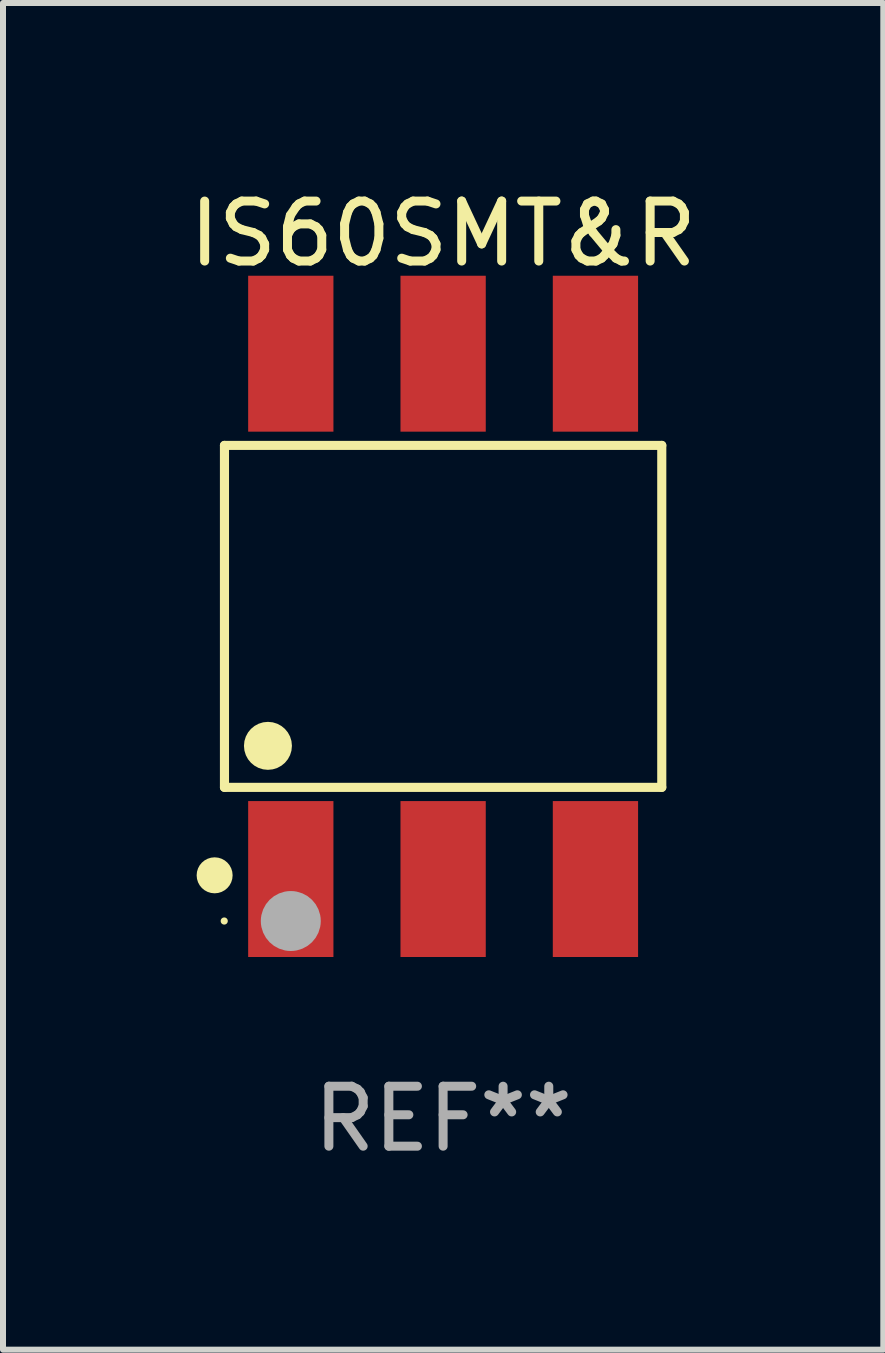
<source format=kicad_pcb>
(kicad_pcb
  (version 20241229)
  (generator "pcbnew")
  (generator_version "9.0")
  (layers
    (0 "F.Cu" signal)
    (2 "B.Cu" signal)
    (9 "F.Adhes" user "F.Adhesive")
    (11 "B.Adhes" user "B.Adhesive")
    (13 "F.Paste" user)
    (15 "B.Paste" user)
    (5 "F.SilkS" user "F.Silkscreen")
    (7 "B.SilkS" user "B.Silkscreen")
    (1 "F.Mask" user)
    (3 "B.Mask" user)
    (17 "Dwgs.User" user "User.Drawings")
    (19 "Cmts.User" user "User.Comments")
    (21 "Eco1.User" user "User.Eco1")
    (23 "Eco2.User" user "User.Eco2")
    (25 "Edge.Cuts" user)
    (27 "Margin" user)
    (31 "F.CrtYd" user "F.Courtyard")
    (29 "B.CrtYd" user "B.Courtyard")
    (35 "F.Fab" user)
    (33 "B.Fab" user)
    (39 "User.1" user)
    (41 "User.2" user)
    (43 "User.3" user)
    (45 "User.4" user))
  (footprint "IS60SMT&R"
    (layer "F.Cu")
    (at 4.339 7.228)
    (property "Reference" "IS60SMT&R" (at 0 -6.38 0) (layer "F.SilkS") (effects (font (size 1 1) (thickness 0.15))))
    (attr through_hole)
    (fp_line (start -3.646 -2.851) (end 3.646 -2.851) (stroke (width 0.152) (type solid)) (layer "F.SilkS"))
    (fp_line (start -3.646 2.851) (end -3.646 -2.851) (stroke (width 0.152) (type solid)) (layer "F.SilkS"))
    (fp_line (start 3.646 -2.851) (end 3.646 2.851) (stroke (width 0.152) (type solid)) (layer "F.SilkS"))
    (fp_line (start 3.646 2.851) (end -3.646 2.851) (stroke (width 0.152) (type solid)) (layer "F.SilkS"))
    (fp_circle (center -3.81 4.318) (end -3.66 4.318) (stroke (width 0.3) (type solid)) (fill no) (layer "F.SilkS"))
    (fp_circle (center -3.65 5.08) (end -3.62 5.08) (stroke (width 0.06) (type solid)) (fill no) (layer "F.SilkS"))
    (fp_circle (center -2.921 2.159) (end -2.721 2.159) (stroke (width 0.4) (type solid)) (fill no) (layer "F.SilkS"))
    (fp_circle (center -2.54 5.08) (end -2.29 5.08) (stroke (width 0.5) (type solid)) (fill no) (layer "F.Fab"))
    (fp_text user "REF**" (at 0 8.38 0) (layer "F.Fab") (effects (font (size 1 1) (thickness 0.15))))
    (pad "1" smd rect (at -2.54 4.38) (size 1.422 2.6) (layers "F.Cu" "F.Mask" "F.Paste"))
    (pad "2" smd rect (at 0 4.38) (size 1.422 2.6) (layers "F.Cu" "F.Mask" "F.Paste"))
    (pad "3" smd rect (at 2.54 4.38) (size 1.422 2.6) (layers "F.Cu" "F.Mask" "F.Paste"))
    (pad "4" smd rect (at 2.54 -4.38) (size 1.422 2.6) (layers "F.Cu" "F.Mask" "F.Paste"))
    (pad "5" smd rect (at 0 -4.38) (size 1.422 2.6) (layers "F.Cu" "F.Mask" "F.Paste"))
    (pad "6" smd rect (at -2.54 -4.38) (size 1.422 2.6) (layers "F.Cu" "F.Mask" "F.Paste")))
  (gr_rect
    (start -3 -3)
    (end 11.679 19.456)
    (stroke (width 0.1) (type default))
    (fill no)
    (layer "Edge.Cuts")))
</source>
